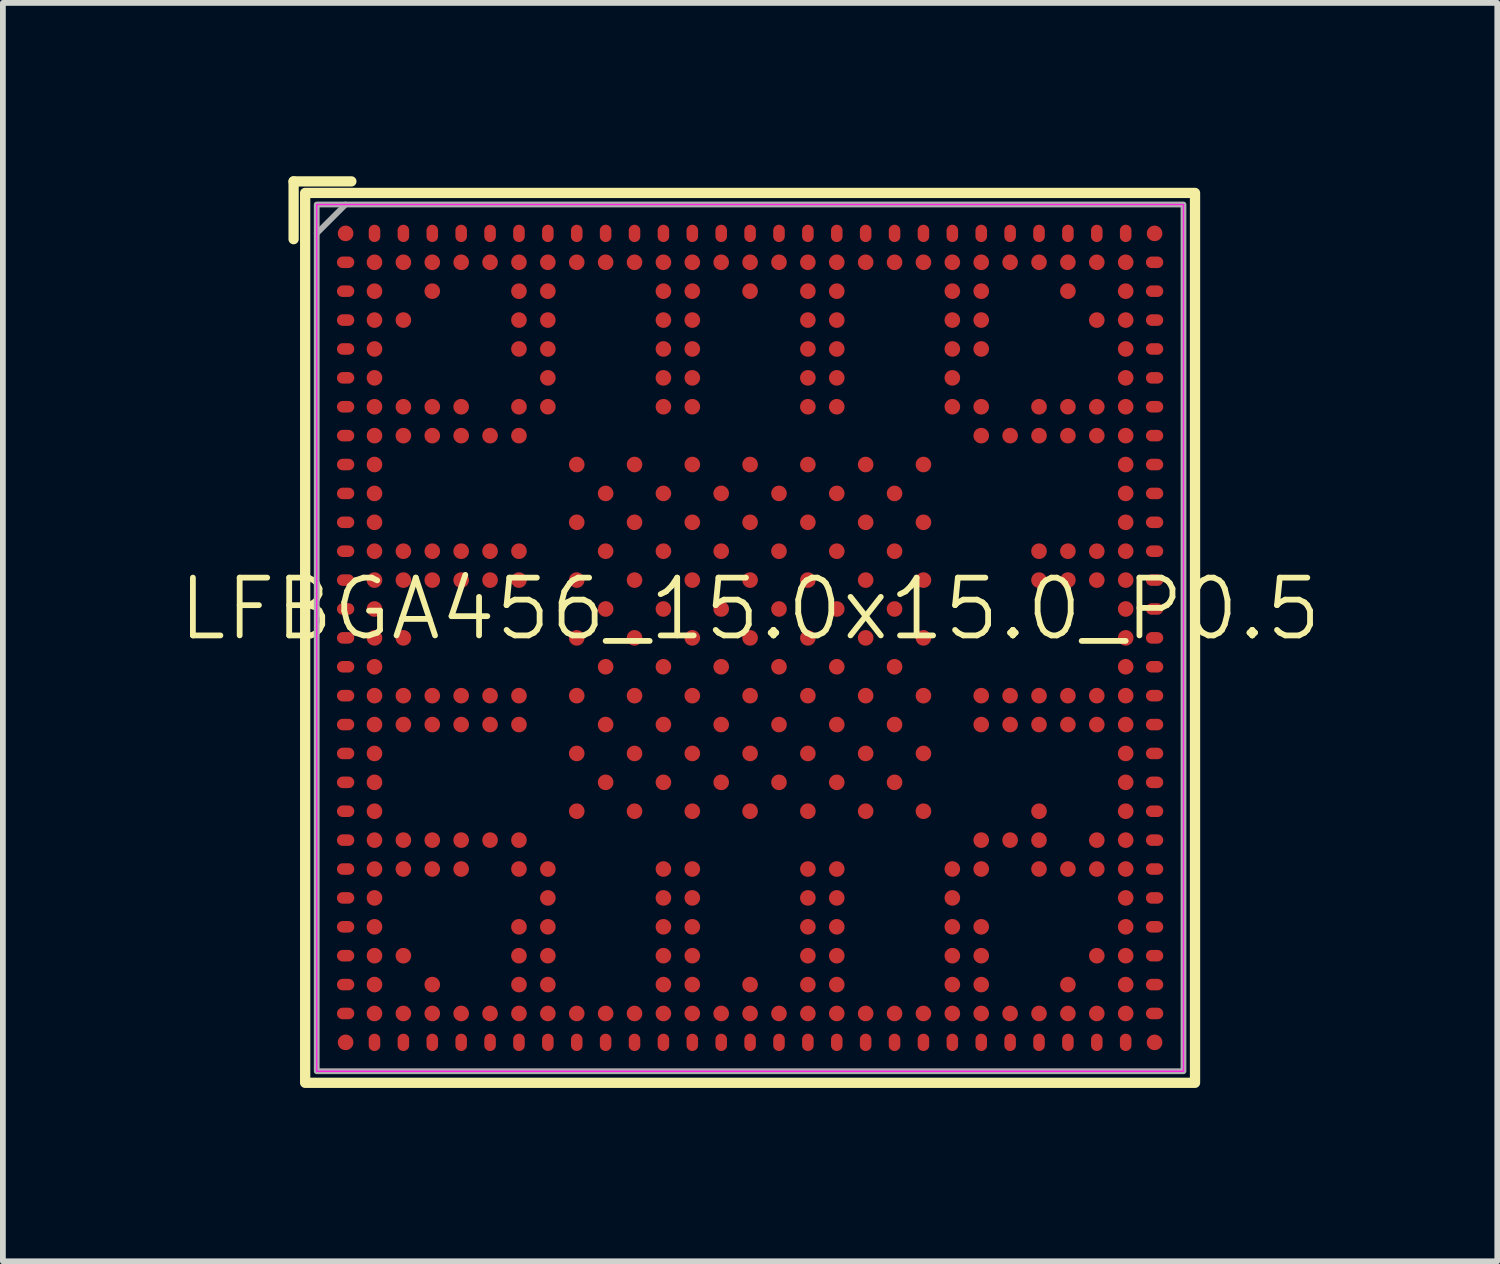
<source format=kicad_pcb>
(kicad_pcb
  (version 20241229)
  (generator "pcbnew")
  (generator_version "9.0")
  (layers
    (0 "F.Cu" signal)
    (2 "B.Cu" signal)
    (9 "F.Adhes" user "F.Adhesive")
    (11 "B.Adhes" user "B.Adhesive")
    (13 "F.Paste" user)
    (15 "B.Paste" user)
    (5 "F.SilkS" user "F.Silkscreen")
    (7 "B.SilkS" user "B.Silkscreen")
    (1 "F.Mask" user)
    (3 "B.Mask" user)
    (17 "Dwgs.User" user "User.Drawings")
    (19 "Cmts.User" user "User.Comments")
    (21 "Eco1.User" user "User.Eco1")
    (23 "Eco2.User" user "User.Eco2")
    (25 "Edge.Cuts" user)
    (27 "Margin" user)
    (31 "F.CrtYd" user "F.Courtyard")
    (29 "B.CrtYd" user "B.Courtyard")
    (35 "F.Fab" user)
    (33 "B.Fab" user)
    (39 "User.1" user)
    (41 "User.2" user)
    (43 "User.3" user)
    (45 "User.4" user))
  (footprint "LFBGA456_15.0x15.0_P0.5"
    (layer "F.Cu")
    (at 9.931 7.989)
    (property "Reference" "LFBGA456_15.0x15.0_P0.5" (at 0 -0.5 0) (unlocked yes) (layer "F.SilkS") (effects (font (size 1 1) (thickness 0.1))))
    (attr smd)
    (fp_line (start -7.9 -7.9) (end -6.9 -7.9) (stroke (width 0.178) (type default)) (layer "F.SilkS"))
    (fp_line (start -7.9 -6.9) (end -7.9 -7.9) (stroke (width 0.178) (type default)) (layer "F.SilkS"))
    (fp_rect (start -7.7 -7.7) (end 7.7 7.7) (stroke (width 0.178) (type default)) (fill no) (layer "F.SilkS"))
    (fp_rect (start -7.5 -7.5) (end 7.5 7.5) (stroke (width 0.025) (type default)) (fill no) (layer "F.CrtYd"))
    (fp_line (start -7.5 -7) (end -7 -7.5) (stroke (width 0.1) (type default)) (layer "F.Fab"))
    (fp_rect (start -7.5 -7.5) (end 7.5 7.5) (stroke (width 0.1) (type default)) (fill no) (layer "F.Fab"))
    (pad "A1" smd circle (at -7 -7) (size 0.27 0.27) (layers "F.Cu" "F.Mask" "F.Paste"))
    (pad "A2" smd oval (at -6.5 -7) (size 0.2 0.3) (layers "F.Cu" "F.Mask" "F.Paste"))
    (pad "A3" smd oval (at -6 -7) (size 0.2 0.3) (layers "F.Cu" "F.Mask" "F.Paste"))
    (pad "A4" smd oval (at -5.5 -7) (size 0.2 0.3) (layers "F.Cu" "F.Mask" "F.Paste"))
    (pad "A5" smd oval (at -5 -7) (size 0.2 0.3) (layers "F.Cu" "F.Mask" "F.Paste"))
    (pad "A6" smd oval (at -4.5 -7) (size 0.2 0.3) (layers "F.Cu" "F.Mask" "F.Paste"))
    (pad "A7" smd oval (at -4 -7) (size 0.2 0.3) (layers "F.Cu" "F.Mask" "F.Paste"))
    (pad "A8" smd oval (at -3.5 -7) (size 0.2 0.3) (layers "F.Cu" "F.Mask" "F.Paste"))
    (pad "A9" smd oval (at -3 -7) (size 0.2 0.3) (layers "F.Cu" "F.Mask" "F.Paste"))
    (pad "A10" smd oval (at -2.5 -7) (size 0.2 0.3) (layers "F.Cu" "F.Mask" "F.Paste"))
    (pad "A11" smd oval (at -2 -7) (size 0.2 0.3) (layers "F.Cu" "F.Mask" "F.Paste"))
    (pad "A12" smd oval (at -1.5 -7) (size 0.2 0.3) (layers "F.Cu" "F.Mask" "F.Paste"))
    (pad "A13" smd oval (at -1 -7) (size 0.2 0.3) (layers "F.Cu" "F.Mask" "F.Paste"))
    (pad "A14" smd oval (at -0.5 -7) (size 0.2 0.3) (layers "F.Cu" "F.Mask" "F.Paste"))
    (pad "A15" smd oval (at 0 -7) (size 0.2 0.3) (layers "F.Cu" "F.Mask" "F.Paste"))
    (pad "A16" smd oval (at 0.5 -7) (size 0.2 0.3) (layers "F.Cu" "F.Mask" "F.Paste"))
    (pad "A17" smd oval (at 1 -7) (size 0.2 0.3) (layers "F.Cu" "F.Mask" "F.Paste"))
    (pad "A18" smd oval (at 1.5 -7) (size 0.2 0.3) (layers "F.Cu" "F.Mask" "F.Paste"))
    (pad "A19" smd oval (at 2 -7) (size 0.2 0.3) (layers "F.Cu" "F.Mask" "F.Paste"))
    (pad "A20" smd oval (at 2.5 -7) (size 0.2 0.3) (layers "F.Cu" "F.Mask" "F.Paste"))
    (pad "A21" smd oval (at 3 -7) (size 0.2 0.3) (layers "F.Cu" "F.Mask" "F.Paste"))
    (pad "A22" smd oval (at 3.5 -7) (size 0.2 0.3) (layers "F.Cu" "F.Mask" "F.Paste"))
    (pad "A23" smd oval (at 4 -7) (size 0.2 0.3) (layers "F.Cu" "F.Mask" "F.Paste"))
    (pad "A24" smd oval (at 4.5 -7) (size 0.2 0.3) (layers "F.Cu" "F.Mask" "F.Paste"))
    (pad "A25" smd oval (at 5 -7) (size 0.2 0.3) (layers "F.Cu" "F.Mask" "F.Paste"))
    (pad "A26" smd oval (at 5.5 -7) (size 0.2 0.3) (layers "F.Cu" "F.Mask" "F.Paste"))
    (pad "A27" smd oval (at 6 -7) (size 0.2 0.3) (layers "F.Cu" "F.Mask" "F.Paste"))
    (pad "A28" smd oval (at 6.5 -7) (size 0.2 0.3) (layers "F.Cu" "F.Mask" "F.Paste"))
    (pad "A29" smd circle (at 7 -7) (size 0.27 0.27) (layers "F.Cu" "F.Mask" "F.Paste"))
    (pad "AA1" smd oval (at -7 3) (size 0.3 0.2) (layers "F.Cu" "F.Mask" "F.Paste"))
    (pad "AA2" smd circle (at -6.5 3) (size 0.27 0.27) (layers "F.Cu" "F.Mask" "F.Paste"))
    (pad "AA9" smd circle (at -3 3) (size 0.27 0.27) (layers "F.Cu" "F.Mask" "F.Paste"))
    (pad "AA11" smd circle (at -2 3) (size 0.27 0.27) (layers "F.Cu" "F.Mask" "F.Paste"))
    (pad "AA13" smd circle (at -1 3) (size 0.27 0.27) (layers "F.Cu" "F.Mask" "F.Paste"))
    (pad "AA15" smd circle (at 0 3) (size 0.27 0.27) (layers "F.Cu" "F.Mask" "F.Paste"))
    (pad "AA17" smd circle (at 1 3) (size 0.27 0.27) (layers "F.Cu" "F.Mask" "F.Paste"))
    (pad "AA19" smd circle (at 2 3) (size 0.27 0.27) (layers "F.Cu" "F.Mask" "F.Paste"))
    (pad "AA21" smd circle (at 3 3) (size 0.27 0.27) (layers "F.Cu" "F.Mask" "F.Paste"))
    (pad "AA25" smd circle (at 5 3) (size 0.27 0.27) (layers "F.Cu" "F.Mask" "F.Paste"))
    (pad "AA28" smd circle (at 6.5 3) (size 0.27 0.27) (layers "F.Cu" "F.Mask" "F.Paste"))
    (pad "AA29" smd oval (at 7 3) (size 0.3 0.2) (layers "F.Cu" "F.Mask" "F.Paste"))
    (pad "AB1" smd oval (at -7 3.5) (size 0.3 0.2) (layers "F.Cu" "F.Mask" "F.Paste"))
    (pad "AB2" smd circle (at -6.5 3.5) (size 0.27 0.27) (layers "F.Cu" "F.Mask" "F.Paste"))
    (pad "AB3" smd circle (at -6 3.5) (size 0.27 0.27) (layers "F.Cu" "F.Mask" "F.Paste"))
    (pad "AB4" smd circle (at -5.5 3.5) (size 0.27 0.27) (layers "F.Cu" "F.Mask" "F.Paste"))
    (pad "AB5" smd circle (at -5 3.5) (size 0.27 0.27) (layers "F.Cu" "F.Mask" "F.Paste"))
    (pad "AB6" smd circle (at -4.5 3.5) (size 0.27 0.27) (layers "F.Cu" "F.Mask" "F.Paste"))
    (pad "AB7" smd circle (at -4 3.5) (size 0.27 0.27) (layers "F.Cu" "F.Mask" "F.Paste"))
    (pad "AB23" smd circle (at 4 3.5) (size 0.27 0.27) (layers "F.Cu" "F.Mask" "F.Paste"))
    (pad "AB24" smd circle (at 4.5 3.5) (size 0.27 0.27) (layers "F.Cu" "F.Mask" "F.Paste"))
    (pad "AB25" smd circle (at 5 3.5) (size 0.27 0.27) (layers "F.Cu" "F.Mask" "F.Paste"))
    (pad "AB27" smd circle (at 6 3.5) (size 0.27 0.27) (layers "F.Cu" "F.Mask" "F.Paste"))
    (pad "AB28" smd circle (at 6.5 3.5) (size 0.27 0.27) (layers "F.Cu" "F.Mask" "F.Paste"))
    (pad "AB29" smd oval (at 7 3.5) (size 0.3 0.2) (layers "F.Cu" "F.Mask" "F.Paste"))
    (pad "AC1" smd oval (at -7 4) (size 0.3 0.2) (layers "F.Cu" "F.Mask" "F.Paste"))
    (pad "AC2" smd circle (at -6.5 4) (size 0.27 0.27) (layers "F.Cu" "F.Mask" "F.Paste"))
    (pad "AC3" smd circle (at -6 4) (size 0.27 0.27) (layers "F.Cu" "F.Mask" "F.Paste"))
    (pad "AC4" smd circle (at -5.5 4) (size 0.27 0.27) (layers "F.Cu" "F.Mask" "F.Paste"))
    (pad "AC5" smd circle (at -5 4) (size 0.27 0.27) (layers "F.Cu" "F.Mask" "F.Paste"))
    (pad "AC7" smd circle (at -4 4) (size 0.27 0.27) (layers "F.Cu" "F.Mask" "F.Paste"))
    (pad "AC8" smd circle (at -3.5 4) (size 0.27 0.27) (layers "F.Cu" "F.Mask" "F.Paste"))
    (pad "AC12" smd circle (at -1.5 4) (size 0.27 0.27) (layers "F.Cu" "F.Mask" "F.Paste"))
    (pad "AC13" smd circle (at -1 4) (size 0.27 0.27) (layers "F.Cu" "F.Mask" "F.Paste"))
    (pad "AC17" smd circle (at 1 4) (size 0.27 0.27) (layers "F.Cu" "F.Mask" "F.Paste"))
    (pad "AC18" smd circle (at 1.5 4) (size 0.27 0.27) (layers "F.Cu" "F.Mask" "F.Paste"))
    (pad "AC22" smd circle (at 3.5 4) (size 0.27 0.27) (layers "F.Cu" "F.Mask" "F.Paste"))
    (pad "AC23" smd circle (at 4 4) (size 0.27 0.27) (layers "F.Cu" "F.Mask" "F.Paste"))
    (pad "AC25" smd circle (at 5 4) (size 0.27 0.27) (layers "F.Cu" "F.Mask" "F.Paste"))
    (pad "AC26" smd circle (at 5.5 4) (size 0.27 0.27) (layers "F.Cu" "F.Mask" "F.Paste"))
    (pad "AC27" smd circle (at 6 4) (size 0.27 0.27) (layers "F.Cu" "F.Mask" "F.Paste"))
    (pad "AC28" smd circle (at 6.5 4) (size 0.27 0.27) (layers "F.Cu" "F.Mask" "F.Paste"))
    (pad "AC29" smd oval (at 7 4) (size 0.3 0.2) (layers "F.Cu" "F.Mask" "F.Paste"))
    (pad "AD1" smd oval (at -7 4.5) (size 0.3 0.2) (layers "F.Cu" "F.Mask" "F.Paste"))
    (pad "AD2" smd circle (at -6.5 4.5) (size 0.27 0.27) (layers "F.Cu" "F.Mask" "F.Paste"))
    (pad "AD8" smd circle (at -3.5 4.5) (size 0.27 0.27) (layers "F.Cu" "F.Mask" "F.Paste"))
    (pad "AD12" smd circle (at -1.5 4.5) (size 0.27 0.27) (layers "F.Cu" "F.Mask" "F.Paste"))
    (pad "AD13" smd circle (at -1 4.5) (size 0.27 0.27) (layers "F.Cu" "F.Mask" "F.Paste"))
    (pad "AD17" smd circle (at 1 4.5) (size 0.27 0.27) (layers "F.Cu" "F.Mask" "F.Paste"))
    (pad "AD18" smd circle (at 1.5 4.5) (size 0.27 0.27) (layers "F.Cu" "F.Mask" "F.Paste"))
    (pad "AD22" smd circle (at 3.5 4.5) (size 0.27 0.27) (layers "F.Cu" "F.Mask" "F.Paste"))
    (pad "AD28" smd circle (at 6.5 4.5) (size 0.27 0.27) (layers "F.Cu" "F.Mask" "F.Paste"))
    (pad "AD29" smd oval (at 7 4.5) (size 0.3 0.2) (layers "F.Cu" "F.Mask" "F.Paste"))
    (pad "AE1" smd oval (at -7 5) (size 0.3 0.2) (layers "F.Cu" "F.Mask" "F.Paste"))
    (pad "AE2" smd circle (at -6.5 5) (size 0.27 0.27) (layers "F.Cu" "F.Mask" "F.Paste"))
    (pad "AE7" smd circle (at -4 5) (size 0.27 0.27) (layers "F.Cu" "F.Mask" "F.Paste"))
    (pad "AE8" smd circle (at -3.5 5) (size 0.27 0.27) (layers "F.Cu" "F.Mask" "F.Paste"))
    (pad "AE12" smd circle (at -1.5 5) (size 0.27 0.27) (layers "F.Cu" "F.Mask" "F.Paste"))
    (pad "AE13" smd circle (at -1 5) (size 0.27 0.27) (layers "F.Cu" "F.Mask" "F.Paste"))
    (pad "AE17" smd circle (at 1 5) (size 0.27 0.27) (layers "F.Cu" "F.Mask" "F.Paste"))
    (pad "AE18" smd circle (at 1.5 5) (size 0.27 0.27) (layers "F.Cu" "F.Mask" "F.Paste"))
    (pad "AE22" smd circle (at 3.5 5) (size 0.27 0.27) (layers "F.Cu" "F.Mask" "F.Paste"))
    (pad "AE23" smd circle (at 4 5) (size 0.27 0.27) (layers "F.Cu" "F.Mask" "F.Paste"))
    (pad "AE28" smd circle (at 6.5 5) (size 0.27 0.27) (layers "F.Cu" "F.Mask" "F.Paste"))
    (pad "AE29" smd oval (at 7 5) (size 0.3 0.2) (layers "F.Cu" "F.Mask" "F.Paste"))
    (pad "AF1" smd oval (at -7 5.5) (size 0.3 0.2) (layers "F.Cu" "F.Mask" "F.Paste"))
    (pad "AF2" smd circle (at -6.5 5.5) (size 0.27 0.27) (layers "F.Cu" "F.Mask" "F.Paste"))
    (pad "AF3" smd circle (at -6 5.5) (size 0.27 0.27) (layers "F.Cu" "F.Mask" "F.Paste"))
    (pad "AF7" smd circle (at -4 5.5) (size 0.27 0.27) (layers "F.Cu" "F.Mask" "F.Paste"))
    (pad "AF8" smd circle (at -3.5 5.5) (size 0.27 0.27) (layers "F.Cu" "F.Mask" "F.Paste"))
    (pad "AF12" smd circle (at -1.5 5.5) (size 0.27 0.27) (layers "F.Cu" "F.Mask" "F.Paste"))
    (pad "AF13" smd circle (at -1 5.5) (size 0.27 0.27) (layers "F.Cu" "F.Mask" "F.Paste"))
    (pad "AF17" smd circle (at 1 5.5) (size 0.27 0.27) (layers "F.Cu" "F.Mask" "F.Paste"))
    (pad "AF18" smd circle (at 1.5 5.5) (size 0.27 0.27) (layers "F.Cu" "F.Mask" "F.Paste"))
    (pad "AF22" smd circle (at 3.5 5.5) (size 0.27 0.27) (layers "F.Cu" "F.Mask" "F.Paste"))
    (pad "AF23" smd circle (at 4 5.5) (size 0.27 0.27) (layers "F.Cu" "F.Mask" "F.Paste"))
    (pad "AF27" smd circle (at 6 5.5) (size 0.27 0.27) (layers "F.Cu" "F.Mask" "F.Paste"))
    (pad "AF28" smd circle (at 6.5 5.5) (size 0.27 0.27) (layers "F.Cu" "F.Mask" "F.Paste"))
    (pad "AF29" smd oval (at 7 5.5) (size 0.3 0.2) (layers "F.Cu" "F.Mask" "F.Paste"))
    (pad "AG1" smd oval (at -7 6) (size 0.3 0.2) (layers "F.Cu" "F.Mask" "F.Paste"))
    (pad "AG2" smd circle (at -6.5 6) (size 0.27 0.27) (layers "F.Cu" "F.Mask" "F.Paste"))
    (pad "AG4" smd circle (at -5.5 6) (size 0.27 0.27) (layers "F.Cu" "F.Mask" "F.Paste"))
    (pad "AG7" smd circle (at -4 6) (size 0.27 0.27) (layers "F.Cu" "F.Mask" "F.Paste"))
    (pad "AG8" smd circle (at -3.5 6) (size 0.27 0.27) (layers "F.Cu" "F.Mask" "F.Paste"))
    (pad "AG12" smd circle (at -1.5 6) (size 0.27 0.27) (layers "F.Cu" "F.Mask" "F.Paste"))
    (pad "AG13" smd circle (at -1 6) (size 0.27 0.27) (layers "F.Cu" "F.Mask" "F.Paste"))
    (pad "AG15" smd circle (at 0 6) (size 0.27 0.27) (layers "F.Cu" "F.Mask" "F.Paste"))
    (pad "AG17" smd circle (at 1 6) (size 0.27 0.27) (layers "F.Cu" "F.Mask" "F.Paste"))
    (pad "AG18" smd circle (at 1.5 6) (size 0.27 0.27) (layers "F.Cu" "F.Mask" "F.Paste"))
    (pad "AG22" smd circle (at 3.5 6) (size 0.27 0.27) (layers "F.Cu" "F.Mask" "F.Paste"))
    (pad "AG23" smd circle (at 4 6) (size 0.27 0.27) (layers "F.Cu" "F.Mask" "F.Paste"))
    (pad "AG26" smd circle (at 5.5 6) (size 0.27 0.27) (layers "F.Cu" "F.Mask" "F.Paste"))
    (pad "AG28" smd circle (at 6.5 6) (size 0.27 0.27) (layers "F.Cu" "F.Mask" "F.Paste"))
    (pad "AG29" smd oval (at 7 6) (size 0.3 0.2) (layers "F.Cu" "F.Mask" "F.Paste"))
    (pad "AH1" smd oval (at -7 6.5) (size 0.3 0.2) (layers "F.Cu" "F.Mask" "F.Paste"))
    (pad "AH2" smd circle (at -6.5 6.5) (size 0.27 0.27) (layers "F.Cu" "F.Mask" "F.Paste"))
    (pad "AH3" smd circle (at -6 6.5) (size 0.27 0.27) (layers "F.Cu" "F.Mask" "F.Paste"))
    (pad "AH4" smd circle (at -5.5 6.5) (size 0.27 0.27) (layers "F.Cu" "F.Mask" "F.Paste"))
    (pad "AH5" smd circle (at -5 6.5) (size 0.27 0.27) (layers "F.Cu" "F.Mask" "F.Paste"))
    (pad "AH6" smd circle (at -4.5 6.5) (size 0.27 0.27) (layers "F.Cu" "F.Mask" "F.Paste"))
    (pad "AH7" smd circle (at -4 6.5) (size 0.27 0.27) (layers "F.Cu" "F.Mask" "F.Paste"))
    (pad "AH8" smd circle (at -3.5 6.5) (size 0.27 0.27) (layers "F.Cu" "F.Mask" "F.Paste"))
    (pad "AH9" smd circle (at -3 6.5) (size 0.27 0.27) (layers "F.Cu" "F.Mask" "F.Paste"))
    (pad "AH10" smd circle (at -2.5 6.5) (size 0.27 0.27) (layers "F.Cu" "F.Mask" "F.Paste"))
    (pad "AH11" smd circle (at -2 6.5) (size 0.27 0.27) (layers "F.Cu" "F.Mask" "F.Paste"))
    (pad "AH12" smd circle (at -1.5 6.5) (size 0.27 0.27) (layers "F.Cu" "F.Mask" "F.Paste"))
    (pad "AH13" smd circle (at -1 6.5) (size 0.27 0.27) (layers "F.Cu" "F.Mask" "F.Paste"))
    (pad "AH14" smd circle (at -0.5 6.5) (size 0.27 0.27) (layers "F.Cu" "F.Mask" "F.Paste"))
    (pad "AH15" smd circle (at 0 6.5) (size 0.27 0.27) (layers "F.Cu" "F.Mask" "F.Paste"))
    (pad "AH16" smd circle (at 0.5 6.5) (size 0.27 0.27) (layers "F.Cu" "F.Mask" "F.Paste"))
    (pad "AH17" smd circle (at 1 6.5) (size 0.27 0.27) (layers "F.Cu" "F.Mask" "F.Paste"))
    (pad "AH18" smd circle (at 1.5 6.5) (size 0.27 0.27) (layers "F.Cu" "F.Mask" "F.Paste"))
    (pad "AH19" smd circle (at 2 6.5) (size 0.27 0.27) (layers "F.Cu" "F.Mask" "F.Paste"))
    (pad "AH20" smd circle (at 2.5 6.5) (size 0.27 0.27) (layers "F.Cu" "F.Mask" "F.Paste"))
    (pad "AH21" smd circle (at 3 6.5) (size 0.27 0.27) (layers "F.Cu" "F.Mask" "F.Paste"))
    (pad "AH22" smd circle (at 3.5 6.5) (size 0.27 0.27) (layers "F.Cu" "F.Mask" "F.Paste"))
    (pad "AH23" smd circle (at 4 6.5) (size 0.27 0.27) (layers "F.Cu" "F.Mask" "F.Paste"))
    (pad "AH24" smd circle (at 4.5 6.5) (size 0.27 0.27) (layers "F.Cu" "F.Mask" "F.Paste"))
    (pad "AH25" smd circle (at 5 6.5) (size 0.27 0.27) (layers "F.Cu" "F.Mask" "F.Paste"))
    (pad "AH26" smd circle (at 5.5 6.5) (size 0.27 0.27) (layers "F.Cu" "F.Mask" "F.Paste"))
    (pad "AH27" smd circle (at 6 6.5) (size 0.27 0.27) (layers "F.Cu" "F.Mask" "F.Paste"))
    (pad "AH28" smd circle (at 6.5 6.5) (size 0.27 0.27) (layers "F.Cu" "F.Mask" "F.Paste"))
    (pad "AH29" smd oval (at 7 6.5) (size 0.3 0.2) (layers "F.Cu" "F.Mask" "F.Paste"))
    (pad "AJ1" smd circle (at -7 7) (size 0.27 0.27) (layers "F.Cu" "F.Mask" "F.Paste"))
    (pad "AJ2" smd oval (at -6.5 7) (size 0.2 0.3) (layers "F.Cu" "F.Mask" "F.Paste"))
    (pad "AJ3" smd oval (at -6 7) (size 0.2 0.3) (layers "F.Cu" "F.Mask" "F.Paste"))
    (pad "AJ4" smd oval (at -5.5 7) (size 0.2 0.3) (layers "F.Cu" "F.Mask" "F.Paste"))
    (pad "AJ5" smd oval (at -5 7) (size 0.2 0.3) (layers "F.Cu" "F.Mask" "F.Paste"))
    (pad "AJ6" smd oval (at -4.5 7) (size 0.2 0.3) (layers "F.Cu" "F.Mask" "F.Paste"))
    (pad "AJ7" smd oval (at -4 7) (size 0.2 0.3) (layers "F.Cu" "F.Mask" "F.Paste"))
    (pad "AJ8" smd oval (at -3.5 7) (size 0.2 0.3) (layers "F.Cu" "F.Mask" "F.Paste"))
    (pad "AJ9" smd oval (at -3 7) (size 0.2 0.3) (layers "F.Cu" "F.Mask" "F.Paste"))
    (pad "AJ10" smd oval (at -2.5 7) (size 0.2 0.3) (layers "F.Cu" "F.Mask" "F.Paste"))
    (pad "AJ11" smd oval (at -2 7) (size 0.2 0.3) (layers "F.Cu" "F.Mask" "F.Paste"))
    (pad "AJ12" smd oval (at -1.5 7) (size 0.2 0.3) (layers "F.Cu" "F.Mask" "F.Paste"))
    (pad "AJ13" smd oval (at -1 7) (size 0.2 0.3) (layers "F.Cu" "F.Mask" "F.Paste"))
    (pad "AJ14" smd oval (at -0.5 7) (size 0.2 0.3) (layers "F.Cu" "F.Mask" "F.Paste"))
    (pad "AJ15" smd oval (at 0 7) (size 0.2 0.3) (layers "F.Cu" "F.Mask" "F.Paste"))
    (pad "AJ16" smd oval (at 0.5 7) (size 0.2 0.3) (layers "F.Cu" "F.Mask" "F.Paste"))
    (pad "AJ17" smd oval (at 1 7) (size 0.2 0.3) (layers "F.Cu" "F.Mask" "F.Paste"))
    (pad "AJ18" smd oval (at 1.5 7) (size 0.2 0.3) (layers "F.Cu" "F.Mask" "F.Paste"))
    (pad "AJ19" smd oval (at 2 7) (size 0.2 0.3) (layers "F.Cu" "F.Mask" "F.Paste"))
    (pad "AJ20" smd oval (at 2.5 7) (size 0.2 0.3) (layers "F.Cu" "F.Mask" "F.Paste"))
    (pad "AJ21" smd oval (at 3 7) (size 0.2 0.3) (layers "F.Cu" "F.Mask" "F.Paste"))
    (pad "AJ22" smd oval (at 3.5 7) (size 0.2 0.3) (layers "F.Cu" "F.Mask" "F.Paste"))
    (pad "AJ23" smd oval (at 4 7) (size 0.2 0.3) (layers "F.Cu" "F.Mask" "F.Paste"))
    (pad "AJ24" smd oval (at 4.5 7) (size 0.2 0.3) (layers "F.Cu" "F.Mask" "F.Paste"))
    (pad "AJ25" smd oval (at 5 7) (size 0.2 0.3) (layers "F.Cu" "F.Mask" "F.Paste"))
    (pad "AJ26" smd oval (at 5.5 7) (size 0.2 0.3) (layers "F.Cu" "F.Mask" "F.Paste"))
    (pad "AJ27" smd oval (at 6 7) (size 0.2 0.3) (layers "F.Cu" "F.Mask" "F.Paste"))
    (pad "AJ28" smd oval (at 6.5 7) (size 0.2 0.3) (layers "F.Cu" "F.Mask" "F.Paste"))
    (pad "AJ29" smd circle (at 7 7) (size 0.27 0.27) (layers "F.Cu" "F.Mask" "F.Paste"))
    (pad "B1" smd oval (at -7 -6.5) (size 0.3 0.2) (layers "F.Cu" "F.Mask" "F.Paste"))
    (pad "B2" smd circle (at -6.5 -6.5) (size 0.27 0.27) (layers "F.Cu" "F.Mask" "F.Paste"))
    (pad "B3" smd circle (at -6 -6.5) (size 0.27 0.27) (layers "F.Cu" "F.Mask" "F.Paste"))
    (pad "B4" smd circle (at -5.5 -6.5) (size 0.27 0.27) (layers "F.Cu" "F.Mask" "F.Paste"))
    (pad "B5" smd circle (at -5 -6.5) (size 0.27 0.27) (layers "F.Cu" "F.Mask" "F.Paste"))
    (pad "B6" smd circle (at -4.5 -6.5) (size 0.27 0.27) (layers "F.Cu" "F.Mask" "F.Paste"))
    (pad "B7" smd circle (at -4 -6.5) (size 0.27 0.27) (layers "F.Cu" "F.Mask" "F.Paste"))
    (pad "B8" smd circle (at -3.5 -6.5) (size 0.27 0.27) (layers "F.Cu" "F.Mask" "F.Paste"))
    (pad "B9" smd circle (at -3 -6.5) (size 0.27 0.27) (layers "F.Cu" "F.Mask" "F.Paste"))
    (pad "B10" smd circle (at -2.5 -6.5) (size 0.27 0.27) (layers "F.Cu" "F.Mask" "F.Paste"))
    (pad "B11" smd circle (at -2 -6.5) (size 0.27 0.27) (layers "F.Cu" "F.Mask" "F.Paste"))
    (pad "B12" smd circle (at -1.5 -6.5) (size 0.27 0.27) (layers "F.Cu" "F.Mask" "F.Paste"))
    (pad "B13" smd circle (at -1 -6.5) (size 0.27 0.27) (layers "F.Cu" "F.Mask" "F.Paste"))
    (pad "B14" smd circle (at -0.5 -6.5) (size 0.27 0.27) (layers "F.Cu" "F.Mask" "F.Paste"))
    (pad "B15" smd circle (at 0 -6.5) (size 0.27 0.27) (layers "F.Cu" "F.Mask" "F.Paste"))
    (pad "B16" smd circle (at 0.5 -6.5) (size 0.27 0.27) (layers "F.Cu" "F.Mask" "F.Paste"))
    (pad "B17" smd circle (at 1 -6.5) (size 0.27 0.27) (layers "F.Cu" "F.Mask" "F.Paste"))
    (pad "B18" smd circle (at 1.5 -6.5) (size 0.27 0.27) (layers "F.Cu" "F.Mask" "F.Paste"))
    (pad "B19" smd circle (at 2 -6.5) (size 0.27 0.27) (layers "F.Cu" "F.Mask" "F.Paste"))
    (pad "B20" smd circle (at 2.5 -6.5) (size 0.27 0.27) (layers "F.Cu" "F.Mask" "F.Paste"))
    (pad "B21" smd circle (at 3 -6.5) (size 0.27 0.27) (layers "F.Cu" "F.Mask" "F.Paste"))
    (pad "B22" smd circle (at 3.5 -6.5) (size 0.27 0.27) (layers "F.Cu" "F.Mask" "F.Paste"))
    (pad "B23" smd circle (at 4 -6.5) (size 0.27 0.27) (layers "F.Cu" "F.Mask" "F.Paste"))
    (pad "B24" smd circle (at 4.5 -6.5) (size 0.27 0.27) (layers "F.Cu" "F.Mask" "F.Paste"))
    (pad "B25" smd circle (at 5 -6.5) (size 0.27 0.27) (layers "F.Cu" "F.Mask" "F.Paste"))
    (pad "B26" smd circle (at 5.5 -6.5) (size 0.27 0.27) (layers "F.Cu" "F.Mask" "F.Paste"))
    (pad "B27" smd circle (at 6 -6.5) (size 0.27 0.27) (layers "F.Cu" "F.Mask" "F.Paste"))
    (pad "B28" smd circle (at 6.5 -6.5) (size 0.27 0.27) (layers "F.Cu" "F.Mask" "F.Paste"))
    (pad "B29" smd oval (at 7 -6.5) (size 0.3 0.2) (layers "F.Cu" "F.Mask" "F.Paste"))
    (pad "C1" smd oval (at -7 -6) (size 0.3 0.2) (layers "F.Cu" "F.Mask" "F.Paste"))
    (pad "C2" smd circle (at -6.5 -6) (size 0.27 0.27) (layers "F.Cu" "F.Mask" "F.Paste"))
    (pad "C4" smd circle (at -5.5 -6) (size 0.27 0.27) (layers "F.Cu" "F.Mask" "F.Paste"))
    (pad "C7" smd circle (at -4 -6) (size 0.27 0.27) (layers "F.Cu" "F.Mask" "F.Paste"))
    (pad "C8" smd circle (at -3.5 -6) (size 0.27 0.27) (layers "F.Cu" "F.Mask" "F.Paste"))
    (pad "C12" smd circle (at -1.5 -6) (size 0.27 0.27) (layers "F.Cu" "F.Mask" "F.Paste"))
    (pad "C13" smd circle (at -1 -6) (size 0.27 0.27) (layers "F.Cu" "F.Mask" "F.Paste"))
    (pad "C15" smd circle (at 0 -6) (size 0.27 0.27) (layers "F.Cu" "F.Mask" "F.Paste"))
    (pad "C17" smd circle (at 1 -6) (size 0.27 0.27) (layers "F.Cu" "F.Mask" "F.Paste"))
    (pad "C18" smd circle (at 1.5 -6) (size 0.27 0.27) (layers "F.Cu" "F.Mask" "F.Paste"))
    (pad "C22" smd circle (at 3.5 -6) (size 0.27 0.27) (layers "F.Cu" "F.Mask" "F.Paste"))
    (pad "C23" smd circle (at 4 -6) (size 0.27 0.27) (layers "F.Cu" "F.Mask" "F.Paste"))
    (pad "C26" smd circle (at 5.5 -6) (size 0.27 0.27) (layers "F.Cu" "F.Mask" "F.Paste"))
    (pad "C28" smd circle (at 6.5 -6) (size 0.27 0.27) (layers "F.Cu" "F.Mask" "F.Paste"))
    (pad "C29" smd oval (at 7 -6) (size 0.3 0.2) (layers "F.Cu" "F.Mask" "F.Paste"))
    (pad "D1" smd oval (at -7 -5.5) (size 0.3 0.2) (layers "F.Cu" "F.Mask" "F.Paste"))
    (pad "D2" smd circle (at -6.5 -5.5) (size 0.27 0.27) (layers "F.Cu" "F.Mask" "F.Paste"))
    (pad "D3" smd circle (at -6 -5.5) (size 0.27 0.27) (layers "F.Cu" "F.Mask" "F.Paste"))
    (pad "D7" smd circle (at -4 -5.5) (size 0.27 0.27) (layers "F.Cu" "F.Mask" "F.Paste"))
    (pad "D8" smd circle (at -3.5 -5.5) (size 0.27 0.27) (layers "F.Cu" "F.Mask" "F.Paste"))
    (pad "D12" smd circle (at -1.5 -5.5) (size 0.27 0.27) (layers "F.Cu" "F.Mask" "F.Paste"))
    (pad "D13" smd circle (at -1 -5.5) (size 0.27 0.27) (layers "F.Cu" "F.Mask" "F.Paste"))
    (pad "D17" smd circle (at 1 -5.5) (size 0.27 0.27) (layers "F.Cu" "F.Mask" "F.Paste"))
    (pad "D18" smd circle (at 1.5 -5.5) (size 0.27 0.27) (layers "F.Cu" "F.Mask" "F.Paste"))
    (pad "D22" smd circle (at 3.5 -5.5) (size 0.27 0.27) (layers "F.Cu" "F.Mask" "F.Paste"))
    (pad "D23" smd circle (at 4 -5.5) (size 0.27 0.27) (layers "F.Cu" "F.Mask" "F.Paste"))
    (pad "D27" smd circle (at 6 -5.5) (size 0.27 0.27) (layers "F.Cu" "F.Mask" "F.Paste"))
    (pad "D28" smd circle (at 6.5 -5.5) (size 0.27 0.27) (layers "F.Cu" "F.Mask" "F.Paste"))
    (pad "D29" smd oval (at 7 -5.5) (size 0.3 0.2) (layers "F.Cu" "F.Mask" "F.Paste"))
    (pad "E1" smd oval (at -7 -5) (size 0.3 0.2) (layers "F.Cu" "F.Mask" "F.Paste"))
    (pad "E2" smd circle (at -6.5 -5) (size 0.27 0.27) (layers "F.Cu" "F.Mask" "F.Paste"))
    (pad "E7" smd circle (at -4 -5) (size 0.27 0.27) (layers "F.Cu" "F.Mask" "F.Paste"))
    (pad "E8" smd circle (at -3.5 -5) (size 0.27 0.27) (layers "F.Cu" "F.Mask" "F.Paste"))
    (pad "E12" smd circle (at -1.5 -5) (size 0.27 0.27) (layers "F.Cu" "F.Mask" "F.Paste"))
    (pad "E13" smd circle (at -1 -5) (size 0.27 0.27) (layers "F.Cu" "F.Mask" "F.Paste"))
    (pad "E17" smd circle (at 1 -5) (size 0.27 0.27) (layers "F.Cu" "F.Mask" "F.Paste"))
    (pad "E18" smd circle (at 1.5 -5) (size 0.27 0.27) (layers "F.Cu" "F.Mask" "F.Paste"))
    (pad "E22" smd circle (at 3.5 -5) (size 0.27 0.27) (layers "F.Cu" "F.Mask" "F.Paste"))
    (pad "E23" smd circle (at 4 -5) (size 0.27 0.27) (layers "F.Cu" "F.Mask" "F.Paste"))
    (pad "E28" smd circle (at 6.5 -5) (size 0.27 0.27) (layers "F.Cu" "F.Mask" "F.Paste"))
    (pad "E29" smd oval (at 7 -5) (size 0.3 0.2) (layers "F.Cu" "F.Mask" "F.Paste"))
    (pad "F1" smd oval (at -7 -4.5) (size 0.3 0.2) (layers "F.Cu" "F.Mask" "F.Paste"))
    (pad "F2" smd circle (at -6.5 -4.5) (size 0.27 0.27) (layers "F.Cu" "F.Mask" "F.Paste"))
    (pad "F8" smd circle (at -3.5 -4.5) (size 0.27 0.27) (layers "F.Cu" "F.Mask" "F.Paste"))
    (pad "F12" smd circle (at -1.5 -4.5) (size 0.27 0.27) (layers "F.Cu" "F.Mask" "F.Paste"))
    (pad "F13" smd circle (at -1 -4.5) (size 0.27 0.27) (layers "F.Cu" "F.Mask" "F.Paste"))
    (pad "F17" smd circle (at 1 -4.5) (size 0.27 0.27) (layers "F.Cu" "F.Mask" "F.Paste"))
    (pad "F18" smd circle (at 1.5 -4.5) (size 0.27 0.27) (layers "F.Cu" "F.Mask" "F.Paste"))
    (pad "F22" smd circle (at 3.5 -4.5) (size 0.27 0.27) (layers "F.Cu" "F.Mask" "F.Paste"))
    (pad "F28" smd circle (at 6.5 -4.5) (size 0.27 0.27) (layers "F.Cu" "F.Mask" "F.Paste"))
    (pad "F29" smd oval (at 7 -4.5) (size 0.3 0.2) (layers "F.Cu" "F.Mask" "F.Paste"))
    (pad "G1" smd oval (at -7 -4) (size 0.3 0.2) (layers "F.Cu" "F.Mask" "F.Paste"))
    (pad "G2" smd circle (at -6.5 -4) (size 0.27 0.27) (layers "F.Cu" "F.Mask" "F.Paste"))
    (pad "G3" smd circle (at -6 -4) (size 0.27 0.27) (layers "F.Cu" "F.Mask" "F.Paste"))
    (pad "G4" smd circle (at -5.5 -4) (size 0.27 0.27) (layers "F.Cu" "F.Mask" "F.Paste"))
    (pad "G5" smd circle (at -5 -4) (size 0.27 0.27) (layers "F.Cu" "F.Mask" "F.Paste"))
    (pad "G7" smd circle (at -4 -4) (size 0.27 0.27) (layers "F.Cu" "F.Mask" "F.Paste"))
    (pad "G8" smd circle (at -3.5 -4) (size 0.27 0.27) (layers "F.Cu" "F.Mask" "F.Paste"))
    (pad "G12" smd circle (at -1.5 -4) (size 0.27 0.27) (layers "F.Cu" "F.Mask" "F.Paste"))
    (pad "G13" smd circle (at -1 -4) (size 0.27 0.27) (layers "F.Cu" "F.Mask" "F.Paste"))
    (pad "G17" smd circle (at 1 -4) (size 0.27 0.27) (layers "F.Cu" "F.Mask" "F.Paste"))
    (pad "G18" smd circle (at 1.5 -4) (size 0.27 0.27) (layers "F.Cu" "F.Mask" "F.Paste"))
    (pad "G22" smd circle (at 3.5 -4) (size 0.27 0.27) (layers "F.Cu" "F.Mask" "F.Paste"))
    (pad "G23" smd circle (at 4 -4) (size 0.27 0.27) (layers "F.Cu" "F.Mask" "F.Paste"))
    (pad "G25" smd circle (at 5 -4) (size 0.27 0.27) (layers "F.Cu" "F.Mask" "F.Paste"))
    (pad "G26" smd circle (at 5.5 -4) (size 0.27 0.27) (layers "F.Cu" "F.Mask" "F.Paste"))
    (pad "G27" smd circle (at 6 -4) (size 0.27 0.27) (layers "F.Cu" "F.Mask" "F.Paste"))
    (pad "G28" smd circle (at 6.5 -4) (size 0.27 0.27) (layers "F.Cu" "F.Mask" "F.Paste"))
    (pad "G29" smd oval (at 7 -4) (size 0.3 0.2) (layers "F.Cu" "F.Mask" "F.Paste"))
    (pad "H1" smd oval (at -7 -3.5) (size 0.3 0.2) (layers "F.Cu" "F.Mask" "F.Paste"))
    (pad "H2" smd circle (at -6.5 -3.5) (size 0.27 0.27) (layers "F.Cu" "F.Mask" "F.Paste"))
    (pad "H3" smd circle (at -6 -3.5) (size 0.27 0.27) (layers "F.Cu" "F.Mask" "F.Paste"))
    (pad "H4" smd circle (at -5.5 -3.5) (size 0.27 0.27) (layers "F.Cu" "F.Mask" "F.Paste"))
    (pad "H5" smd circle (at -5 -3.5) (size 0.27 0.27) (layers "F.Cu" "F.Mask" "F.Paste"))
    (pad "H6" smd circle (at -4.5 -3.5) (size 0.27 0.27) (layers "F.Cu" "F.Mask" "F.Paste"))
    (pad "H7" smd circle (at -4 -3.5) (size 0.27 0.27) (layers "F.Cu" "F.Mask" "F.Paste"))
    (pad "H23" smd circle (at 4 -3.5) (size 0.27 0.27) (layers "F.Cu" "F.Mask" "F.Paste"))
    (pad "H24" smd circle (at 4.5 -3.5) (size 0.27 0.27) (layers "F.Cu" "F.Mask" "F.Paste"))
    (pad "H25" smd circle (at 5 -3.5) (size 0.27 0.27) (layers "F.Cu" "F.Mask" "F.Paste"))
    (pad "H26" smd circle (at 5.5 -3.5) (size 0.27 0.27) (layers "F.Cu" "F.Mask" "F.Paste"))
    (pad "H27" smd circle (at 6 -3.5) (size 0.27 0.27) (layers "F.Cu" "F.Mask" "F.Paste"))
    (pad "H28" smd circle (at 6.5 -3.5) (size 0.27 0.27) (layers "F.Cu" "F.Mask" "F.Paste"))
    (pad "H29" smd oval (at 7 -3.5) (size 0.3 0.2) (layers "F.Cu" "F.Mask" "F.Paste"))
    (pad "J1" smd oval (at -7 -3) (size 0.3 0.2) (layers "F.Cu" "F.Mask" "F.Paste"))
    (pad "J2" smd circle (at -6.5 -3) (size 0.27 0.27) (layers "F.Cu" "F.Mask" "F.Paste"))
    (pad "J9" smd circle (at -3 -3) (size 0.27 0.27) (layers "F.Cu" "F.Mask" "F.Paste"))
    (pad "J11" smd circle (at -2 -3) (size 0.27 0.27) (layers "F.Cu" "F.Mask" "F.Paste"))
    (pad "J13" smd circle (at -1 -3) (size 0.27 0.27) (layers "F.Cu" "F.Mask" "F.Paste"))
    (pad "J15" smd circle (at 0 -3) (size 0.27 0.27) (layers "F.Cu" "F.Mask" "F.Paste"))
    (pad "J17" smd circle (at 1 -3) (size 0.27 0.27) (layers "F.Cu" "F.Mask" "F.Paste"))
    (pad "J19" smd circle (at 2 -3) (size 0.27 0.27) (layers "F.Cu" "F.Mask" "F.Paste"))
    (pad "J21" smd circle (at 3 -3) (size 0.27 0.27) (layers "F.Cu" "F.Mask" "F.Paste"))
    (pad "J28" smd circle (at 6.5 -3) (size 0.27 0.27) (layers "F.Cu" "F.Mask" "F.Paste"))
    (pad "J29" smd oval (at 7 -3) (size 0.3 0.2) (layers "F.Cu" "F.Mask" "F.Paste"))
    (pad "K1" smd oval (at -7 -2.5) (size 0.3 0.2) (layers "F.Cu" "F.Mask" "F.Paste"))
    (pad "K2" smd circle (at -6.5 -2.5) (size 0.27 0.27) (layers "F.Cu" "F.Mask" "F.Paste"))
    (pad "K10" smd circle (at -2.5 -2.5) (size 0.27 0.27) (layers "F.Cu" "F.Mask" "F.Paste"))
    (pad "K12" smd circle (at -1.5 -2.5) (size 0.27 0.27) (layers "F.Cu" "F.Mask" "F.Paste"))
    (pad "K14" smd circle (at -0.5 -2.5) (size 0.27 0.27) (layers "F.Cu" "F.Mask" "F.Paste"))
    (pad "K16" smd circle (at 0.5 -2.5) (size 0.27 0.27) (layers "F.Cu" "F.Mask" "F.Paste"))
    (pad "K18" smd circle (at 1.5 -2.5) (size 0.27 0.27) (layers "F.Cu" "F.Mask" "F.Paste"))
    (pad "K20" smd circle (at 2.5 -2.5) (size 0.27 0.27) (layers "F.Cu" "F.Mask" "F.Paste"))
    (pad "K28" smd circle (at 6.5 -2.5) (size 0.27 0.27) (layers "F.Cu" "F.Mask" "F.Paste"))
    (pad "K29" smd oval (at 7 -2.5) (size 0.3 0.2) (layers "F.Cu" "F.Mask" "F.Paste"))
    (pad "L1" smd oval (at -7 -2) (size 0.3 0.2) (layers "F.Cu" "F.Mask" "F.Paste"))
    (pad "L2" smd circle (at -6.5 -2) (size 0.27 0.27) (layers "F.Cu" "F.Mask" "F.Paste"))
    (pad "L9" smd circle (at -3 -2) (size 0.27 0.27) (layers "F.Cu" "F.Mask" "F.Paste"))
    (pad "L11" smd circle (at -2 -2) (size 0.27 0.27) (layers "F.Cu" "F.Mask" "F.Paste"))
    (pad "L13" smd circle (at -1 -2) (size 0.27 0.27) (layers "F.Cu" "F.Mask" "F.Paste"))
    (pad "L15" smd circle (at 0 -2) (size 0.27 0.27) (layers "F.Cu" "F.Mask" "F.Paste"))
    (pad "L17" smd circle (at 1 -2) (size 0.27 0.27) (layers "F.Cu" "F.Mask" "F.Paste"))
    (pad "L19" smd circle (at 2 -2) (size 0.27 0.27) (layers "F.Cu" "F.Mask" "F.Paste"))
    (pad "L21" smd circle (at 3 -2) (size 0.27 0.27) (layers "F.Cu" "F.Mask" "F.Paste"))
    (pad "L28" smd circle (at 6.5 -2) (size 0.27 0.27) (layers "F.Cu" "F.Mask" "F.Paste"))
    (pad "L29" smd oval (at 7 -2) (size 0.3 0.2) (layers "F.Cu" "F.Mask" "F.Paste"))
    (pad "M1" smd oval (at -7 -1.5) (size 0.3 0.2) (layers "F.Cu" "F.Mask" "F.Paste"))
    (pad "M2" smd circle (at -6.5 -1.5) (size 0.27 0.27) (layers "F.Cu" "F.Mask" "F.Paste"))
    (pad "M3" smd circle (at -6 -1.5) (size 0.27 0.27) (layers "F.Cu" "F.Mask" "F.Paste"))
    (pad "M4" smd circle (at -5.5 -1.5) (size 0.27 0.27) (layers "F.Cu" "F.Mask" "F.Paste"))
    (pad "M5" smd circle (at -5 -1.5) (size 0.27 0.27) (layers "F.Cu" "F.Mask" "F.Paste"))
    (pad "M6" smd circle (at -4.5 -1.5) (size 0.27 0.27) (layers "F.Cu" "F.Mask" "F.Paste"))
    (pad "M7" smd circle (at -4 -1.5) (size 0.27 0.27) (layers "F.Cu" "F.Mask" "F.Paste"))
    (pad "M10" smd circle (at -2.5 -1.5) (size 0.27 0.27) (layers "F.Cu" "F.Mask" "F.Paste"))
    (pad "M12" smd circle (at -1.5 -1.5) (size 0.27 0.27) (layers "F.Cu" "F.Mask" "F.Paste"))
    (pad "M14" smd circle (at -0.5 -1.5) (size 0.27 0.27) (layers "F.Cu" "F.Mask" "F.Paste"))
    (pad "M16" smd circle (at 0.5 -1.5) (size 0.27 0.27) (layers "F.Cu" "F.Mask" "F.Paste"))
    (pad "M18" smd circle (at 1.5 -1.5) (size 0.27 0.27) (layers "F.Cu" "F.Mask" "F.Paste"))
    (pad "M20" smd circle (at 2.5 -1.5) (size 0.27 0.27) (layers "F.Cu" "F.Mask" "F.Paste"))
    (pad "M25" smd circle (at 5 -1.5) (size 0.27 0.27) (layers "F.Cu" "F.Mask" "F.Paste"))
    (pad "M26" smd circle (at 5.5 -1.5) (size 0.27 0.27) (layers "F.Cu" "F.Mask" "F.Paste"))
    (pad "M27" smd circle (at 6 -1.5) (size 0.27 0.27) (layers "F.Cu" "F.Mask" "F.Paste"))
    (pad "M28" smd circle (at 6.5 -1.5) (size 0.27 0.27) (layers "F.Cu" "F.Mask" "F.Paste"))
    (pad "M29" smd oval (at 7 -1.5) (size 0.3 0.2) (layers "F.Cu" "F.Mask" "F.Paste"))
    (pad "N1" smd oval (at -7 -1) (size 0.3 0.2) (layers "F.Cu" "F.Mask" "F.Paste"))
    (pad "N2" smd circle (at -6.5 -1) (size 0.27 0.27) (layers "F.Cu" "F.Mask" "F.Paste"))
    (pad "N3" smd circle (at -6 -1) (size 0.27 0.27) (layers "F.Cu" "F.Mask" "F.Paste"))
    (pad "N4" smd circle (at -5.5 -1) (size 0.27 0.27) (layers "F.Cu" "F.Mask" "F.Paste"))
    (pad "N5" smd circle (at -5 -1) (size 0.27 0.27) (layers "F.Cu" "F.Mask" "F.Paste"))
    (pad "N6" smd circle (at -4.5 -1) (size 0.27 0.27) (layers "F.Cu" "F.Mask" "F.Paste"))
    (pad "N7" smd circle (at -4 -1) (size 0.27 0.27) (layers "F.Cu" "F.Mask" "F.Paste"))
    (pad "N9" smd circle (at -3 -1) (size 0.27 0.27) (layers "F.Cu" "F.Mask" "F.Paste"))
    (pad "N11" smd circle (at -2 -1) (size 0.27 0.27) (layers "F.Cu" "F.Mask" "F.Paste"))
    (pad "N13" smd circle (at -1 -1) (size 0.27 0.27) (layers "F.Cu" "F.Mask" "F.Paste"))
    (pad "N15" smd circle (at 0 -1) (size 0.27 0.27) (layers "F.Cu" "F.Mask" "F.Paste"))
    (pad "N17" smd circle (at 1 -1) (size 0.27 0.27) (layers "F.Cu" "F.Mask" "F.Paste"))
    (pad "N19" smd circle (at 2 -1) (size 0.27 0.27) (layers "F.Cu" "F.Mask" "F.Paste"))
    (pad "N21" smd circle (at 3 -1) (size 0.27 0.27) (layers "F.Cu" "F.Mask" "F.Paste"))
    (pad "N25" smd circle (at 5 -1) (size 0.27 0.27) (layers "F.Cu" "F.Mask" "F.Paste"))
    (pad "N26" smd circle (at 5.5 -1) (size 0.27 0.27) (layers "F.Cu" "F.Mask" "F.Paste"))
    (pad "N27" smd circle (at 6 -1) (size 0.27 0.27) (layers "F.Cu" "F.Mask" "F.Paste"))
    (pad "N28" smd circle (at 6.5 -1) (size 0.27 0.27) (layers "F.Cu" "F.Mask" "F.Paste"))
    (pad "N29" smd oval (at 7 -1) (size 0.3 0.2) (layers "F.Cu" "F.Mask" "F.Paste"))
    (pad "P1" smd oval (at -7 -0.5) (size 0.3 0.2) (layers "F.Cu" "F.Mask" "F.Paste"))
    (pad "P2" smd circle (at -6.5 -0.5) (size 0.27 0.27) (layers "F.Cu" "F.Mask" "F.Paste"))
    (pad "P10" smd circle (at -2.5 -0.5) (size 0.27 0.27) (layers "F.Cu" "F.Mask" "F.Paste"))
    (pad "P12" smd circle (at -1.5 -0.5) (size 0.27 0.27) (layers "F.Cu" "F.Mask" "F.Paste"))
    (pad "P14" smd circle (at -0.5 -0.5) (size 0.27 0.27) (layers "F.Cu" "F.Mask" "F.Paste"))
    (pad "P16" smd circle (at 0.5 -0.5) (size 0.27 0.27) (layers "F.Cu" "F.Mask" "F.Paste"))
    (pad "P18" smd circle (at 1.5 -0.5) (size 0.27 0.27) (layers "F.Cu" "F.Mask" "F.Paste"))
    (pad "P20" smd circle (at 2.5 -0.5) (size 0.27 0.27) (layers "F.Cu" "F.Mask" "F.Paste"))
    (pad "P28" smd circle (at 6.5 -0.5) (size 0.27 0.27) (layers "F.Cu" "F.Mask" "F.Paste"))
    (pad "P29" smd oval (at 7 -0.5) (size 0.3 0.2) (layers "F.Cu" "F.Mask" "F.Paste"))
    (pad "R1" smd oval (at -7 0) (size 0.3 0.2) (layers "F.Cu" "F.Mask" "F.Paste"))
    (pad "R2" smd circle (at -6.5 0) (size 0.27 0.27) (layers "F.Cu" "F.Mask" "F.Paste"))
    (pad "R3" smd circle (at -6 0) (size 0.27 0.27) (layers "F.Cu" "F.Mask" "F.Paste"))
    (pad "R9" smd circle (at -3 0) (size 0.27 0.27) (layers "F.Cu" "F.Mask" "F.Paste"))
    (pad "R11" smd circle (at -2 0) (size 0.27 0.27) (layers "F.Cu" "F.Mask" "F.Paste"))
    (pad "R13" smd circle (at -1 0) (size 0.27 0.27) (layers "F.Cu" "F.Mask" "F.Paste"))
    (pad "R15" smd circle (at 0 0) (size 0.27 0.27) (layers "F.Cu" "F.Mask" "F.Paste"))
    (pad "R17" smd circle (at 1 0) (size 0.27 0.27) (layers "F.Cu" "F.Mask" "F.Paste"))
    (pad "R19" smd circle (at 2 0) (size 0.27 0.27) (layers "F.Cu" "F.Mask" "F.Paste"))
    (pad "R21" smd circle (at 3 0) (size 0.27 0.27) (layers "F.Cu" "F.Mask" "F.Paste"))
    (pad "R28" smd circle (at 6.5 0) (size 0.27 0.27) (layers "F.Cu" "F.Mask" "F.Paste"))
    (pad "R29" smd oval (at 7 0) (size 0.3 0.2) (layers "F.Cu" "F.Mask" "F.Paste"))
    (pad "T1" smd oval (at -7 0.5) (size 0.3 0.2) (layers "F.Cu" "F.Mask" "F.Paste"))
    (pad "T2" smd circle (at -6.5 0.5) (size 0.27 0.27) (layers "F.Cu" "F.Mask" "F.Paste"))
    (pad "T10" smd circle (at -2.5 0.5) (size 0.27 0.27) (layers "F.Cu" "F.Mask" "F.Paste"))
    (pad "T12" smd circle (at -1.5 0.5) (size 0.27 0.27) (layers "F.Cu" "F.Mask" "F.Paste"))
    (pad "T14" smd circle (at -0.5 0.5) (size 0.27 0.27) (layers "F.Cu" "F.Mask" "F.Paste"))
    (pad "T16" smd circle (at 0.5 0.5) (size 0.27 0.27) (layers "F.Cu" "F.Mask" "F.Paste"))
    (pad "T18" smd circle (at 1.5 0.5) (size 0.27 0.27) (layers "F.Cu" "F.Mask" "F.Paste"))
    (pad "T20" smd circle (at 2.5 0.5) (size 0.27 0.27) (layers "F.Cu" "F.Mask" "F.Paste"))
    (pad "T28" smd circle (at 6.5 0.5) (size 0.27 0.27) (layers "F.Cu" "F.Mask" "F.Paste"))
    (pad "T29" smd oval (at 7 0.5) (size 0.3 0.2) (layers "F.Cu" "F.Mask" "F.Paste"))
    (pad "U1" smd oval (at -7 1) (size 0.3 0.2) (layers "F.Cu" "F.Mask" "F.Paste"))
    (pad "U2" smd circle (at -6.5 1) (size 0.27 0.27) (layers "F.Cu" "F.Mask" "F.Paste"))
    (pad "U3" smd circle (at -6 1) (size 0.27 0.27) (layers "F.Cu" "F.Mask" "F.Paste"))
    (pad "U4" smd circle (at -5.5 1) (size 0.27 0.27) (layers "F.Cu" "F.Mask" "F.Paste"))
    (pad "U5" smd circle (at -5 1) (size 0.27 0.27) (layers "F.Cu" "F.Mask" "F.Paste"))
    (pad "U6" smd circle (at -4.5 1) (size 0.27 0.27) (layers "F.Cu" "F.Mask" "F.Paste"))
    (pad "U7" smd circle (at -4 1) (size 0.27 0.27) (layers "F.Cu" "F.Mask" "F.Paste"))
    (pad "U9" smd circle (at -3 1) (size 0.27 0.27) (layers "F.Cu" "F.Mask" "F.Paste"))
    (pad "U11" smd circle (at -2 1) (size 0.27 0.27) (layers "F.Cu" "F.Mask" "F.Paste"))
    (pad "U13" smd circle (at -1 1) (size 0.27 0.27) (layers "F.Cu" "F.Mask" "F.Paste"))
    (pad "U15" smd circle (at 0 1) (size 0.27 0.27) (layers "F.Cu" "F.Mask" "F.Paste"))
    (pad "U17" smd circle (at 1 1) (size 0.27 0.27) (layers "F.Cu" "F.Mask" "F.Paste"))
    (pad "U19" smd circle (at 2 1) (size 0.27 0.27) (layers "F.Cu" "F.Mask" "F.Paste"))
    (pad "U21" smd circle (at 3 1) (size 0.27 0.27) (layers "F.Cu" "F.Mask" "F.Paste"))
    (pad "U23" smd circle (at 4 1) (size 0.27 0.27) (layers "F.Cu" "F.Mask" "F.Paste"))
    (pad "U24" smd circle (at 4.5 1) (size 0.27 0.27) (layers "F.Cu" "F.Mask" "F.Paste"))
    (pad "U25" smd circle (at 5 1) (size 0.27 0.27) (layers "F.Cu" "F.Mask" "F.Paste"))
    (pad "U26" smd circle (at 5.5 1) (size 0.27 0.27) (layers "F.Cu" "F.Mask" "F.Paste"))
    (pad "U27" smd circle (at 6 1) (size 0.27 0.27) (layers "F.Cu" "F.Mask" "F.Paste"))
    (pad "U28" smd circle (at 6.5 1) (size 0.27 0.27) (layers "F.Cu" "F.Mask" "F.Paste"))
    (pad "U29" smd oval (at 7 1) (size 0.3 0.2) (layers "F.Cu" "F.Mask" "F.Paste"))
    (pad "V1" smd oval (at -7 1.5) (size 0.3 0.2) (layers "F.Cu" "F.Mask" "F.Paste"))
    (pad "V2" smd circle (at -6.5 1.5) (size 0.27 0.27) (layers "F.Cu" "F.Mask" "F.Paste"))
    (pad "V3" smd circle (at -6 1.5) (size 0.27 0.27) (layers "F.Cu" "F.Mask" "F.Paste"))
    (pad "V4" smd circle (at -5.5 1.5) (size 0.27 0.27) (layers "F.Cu" "F.Mask" "F.Paste"))
    (pad "V5" smd circle (at -5 1.5) (size 0.27 0.27) (layers "F.Cu" "F.Mask" "F.Paste"))
    (pad "V6" smd circle (at -4.5 1.5) (size 0.27 0.27) (layers "F.Cu" "F.Mask" "F.Paste"))
    (pad "V7" smd circle (at -4 1.5) (size 0.27 0.27) (layers "F.Cu" "F.Mask" "F.Paste"))
    (pad "V10" smd circle (at -2.5 1.5) (size 0.27 0.27) (layers "F.Cu" "F.Mask" "F.Paste"))
    (pad "V12" smd circle (at -1.5 1.5) (size 0.27 0.27) (layers "F.Cu" "F.Mask" "F.Paste"))
    (pad "V14" smd circle (at -0.5 1.5) (size 0.27 0.27) (layers "F.Cu" "F.Mask" "F.Paste"))
    (pad "V16" smd circle (at 0.5 1.5) (size 0.27 0.27) (layers "F.Cu" "F.Mask" "F.Paste"))
    (pad "V18" smd circle (at 1.5 1.5) (size 0.27 0.27) (layers "F.Cu" "F.Mask" "F.Paste"))
    (pad "V20" smd circle (at 2.5 1.5) (size 0.27 0.27) (layers "F.Cu" "F.Mask" "F.Paste"))
    (pad "V23" smd circle (at 4 1.5) (size 0.27 0.27) (layers "F.Cu" "F.Mask" "F.Paste"))
    (pad "V24" smd circle (at 4.5 1.5) (size 0.27 0.27) (layers "F.Cu" "F.Mask" "F.Paste"))
    (pad "V25" smd circle (at 5 1.5) (size 0.27 0.27) (layers "F.Cu" "F.Mask" "F.Paste"))
    (pad "V26" smd circle (at 5.5 1.5) (size 0.27 0.27) (layers "F.Cu" "F.Mask" "F.Paste"))
    (pad "V27" smd circle (at 6 1.5) (size 0.27 0.27) (layers "F.Cu" "F.Mask" "F.Paste"))
    (pad "V28" smd circle (at 6.5 1.5) (size 0.27 0.27) (layers "F.Cu" "F.Mask" "F.Paste"))
    (pad "V29" smd oval (at 7 1.5) (size 0.3 0.2) (layers "F.Cu" "F.Mask" "F.Paste"))
    (pad "W1" smd oval (at -7 2) (size 0.3 0.2) (layers "F.Cu" "F.Mask" "F.Paste"))
    (pad "W2" smd circle (at -6.5 2) (size 0.27 0.27) (layers "F.Cu" "F.Mask" "F.Paste"))
    (pad "W9" smd circle (at -3 2) (size 0.27 0.27) (layers "F.Cu" "F.Mask" "F.Paste"))
    (pad "W11" smd circle (at -2 2) (size 0.27 0.27) (layers "F.Cu" "F.Mask" "F.Paste"))
    (pad "W13" smd circle (at -1 2) (size 0.27 0.27) (layers "F.Cu" "F.Mask" "F.Paste"))
    (pad "W15" smd circle (at 0 2) (size 0.27 0.27) (layers "F.Cu" "F.Mask" "F.Paste"))
    (pad "W17" smd circle (at 1 2) (size 0.27 0.27) (layers "F.Cu" "F.Mask" "F.Paste"))
    (pad "W19" smd circle (at 2 2) (size 0.27 0.27) (layers "F.Cu" "F.Mask" "F.Paste"))
    (pad "W21" smd circle (at 3 2) (size 0.27 0.27) (layers "F.Cu" "F.Mask" "F.Paste"))
    (pad "W28" smd circle (at 6.5 2) (size 0.27 0.27) (layers "F.Cu" "F.Mask" "F.Paste"))
    (pad "W29" smd oval (at 7 2) (size 0.3 0.2) (layers "F.Cu" "F.Mask" "F.Paste"))
    (pad "Y1" smd oval (at -7 2.5) (size 0.3 0.2) (layers "F.Cu" "F.Mask" "F.Paste"))
    (pad "Y2" smd circle (at -6.5 2.5) (size 0.27 0.27) (layers "F.Cu" "F.Mask" "F.Paste"))
    (pad "Y10" smd circle (at -2.5 2.5) (size 0.27 0.27) (layers "F.Cu" "F.Mask" "F.Paste"))
    (pad "Y12" smd circle (at -1.5 2.5) (size 0.27 0.27) (layers "F.Cu" "F.Mask" "F.Paste"))
    (pad "Y14" smd circle (at -0.5 2.5) (size 0.27 0.27) (layers "F.Cu" "F.Mask" "F.Paste"))
    (pad "Y16" smd circle (at 0.5 2.5) (size 0.27 0.27) (layers "F.Cu" "F.Mask" "F.Paste"))
    (pad "Y18" smd circle (at 1.5 2.5) (size 0.27 0.27) (layers "F.Cu" "F.Mask" "F.Paste"))
    (pad "Y20" smd circle (at 2.5 2.5) (size 0.27 0.27) (layers "F.Cu" "F.Mask" "F.Paste"))
    (pad "Y28" smd circle (at 6.5 2.5) (size 0.27 0.27) (layers "F.Cu" "F.Mask" "F.Paste"))
    (pad "Y29" smd oval (at 7 2.5) (size 0.3 0.2) (layers "F.Cu" "F.Mask" "F.Paste")))
  (gr_rect
    (start -3 -3)
    (end 22.862 18.778)
    (stroke (width 0.1) (type default))
    (fill no)
    (layer "Edge.Cuts")))
</source>
